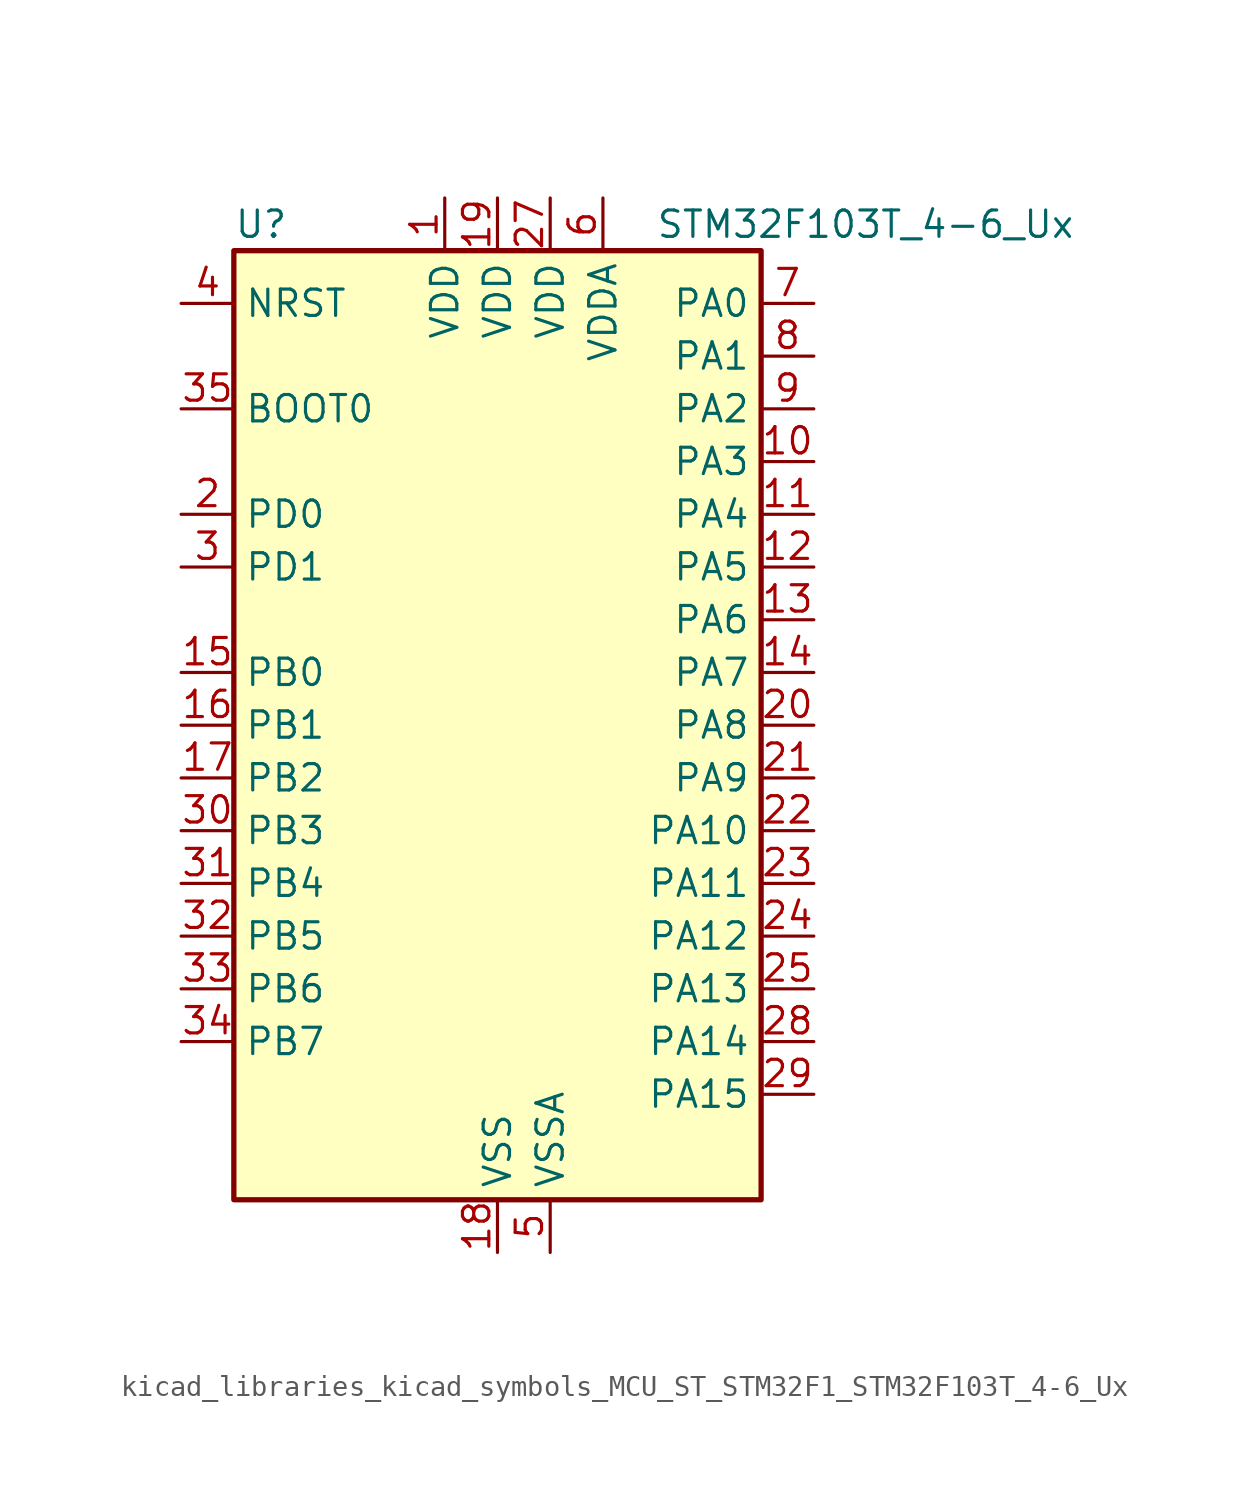
<source format=kicad_sym>
(kicad_symbol_lib
  (version 20220914)
  (generator kicad_symbol_editor)
  (symbol "kicad_libraries_kicad_symbols_MCU_ST_STM32F1_STM32F103T_4-6_Ux"
    (property "Reference" "U"
      (at -12.7 24.13 0)
      (effects (font (size 1.27 1.27)) (justify left)))
    (property "Value" "STM32F103T_4-6_Ux"
      (at 7.62 24.13 0)
      (effects (font (size 1.27 1.27)) (justify left)))
    (property "ki_locked" ""
      (at 0 0 0)
      (effects (font (size 1.27 1.27))))
    (symbol "kicad_libraries_kicad_symbols_MCU_ST_STM32F1_STM32F103T_4-6_Ux_0_1"
      (rectangle (start -12.7 -22.86) (end 12.7 22.86) (stroke (width 0.254) (type default)) (fill (type background))))
    (symbol "kicad_libraries_kicad_symbols_MCU_ST_STM32F1_STM32F103T_4-6_Ux_1_1"
      (pin power_in line (at -2.54 25.4 270) (length 2.54) (name "VDD" (effects (font (size 1.27 1.27)))) (number "1" (effects (font (size 1.27 1.27)))))
      (pin bidirectional line (at 15.24 12.7 180) (length 2.54) (name "PA3" (effects (font (size 1.27 1.27)))) (number "10" (effects (font (size 1.27 1.27)))) (alternate "ADC1_IN3" bidirectional line) (alternate "ADC2_IN3" bidirectional line) (alternate "TIM2_CH4" bidirectional line) (alternate "USART2_RX" bidirectional line))
      (pin bidirectional line (at 15.24 10.16 180) (length 2.54) (name "PA4" (effects (font (size 1.27 1.27)))) (number "11" (effects (font (size 1.27 1.27)))) (alternate "ADC1_IN4" bidirectional line) (alternate "ADC2_IN4" bidirectional line) (alternate "SPI1_NSS" bidirectional line) (alternate "USART2_CK" bidirectional line))
      (pin bidirectional line (at 15.24 7.62 180) (length 2.54) (name "PA5" (effects (font (size 1.27 1.27)))) (number "12" (effects (font (size 1.27 1.27)))) (alternate "ADC1_IN5" bidirectional line) (alternate "ADC2_IN5" bidirectional line) (alternate "SPI1_SCK" bidirectional line))
      (pin bidirectional line (at 15.24 5.08 180) (length 2.54) (name "PA6" (effects (font (size 1.27 1.27)))) (number "13" (effects (font (size 1.27 1.27)))) (alternate "ADC1_IN6" bidirectional line) (alternate "ADC2_IN6" bidirectional line) (alternate "SPI1_MISO" bidirectional line) (alternate "TIM1_BKIN" bidirectional line) (alternate "TIM3_CH1" bidirectional line))
      (pin bidirectional line (at 15.24 2.54 180) (length 2.54) (name "PA7" (effects (font (size 1.27 1.27)))) (number "14" (effects (font (size 1.27 1.27)))) (alternate "ADC1_IN7" bidirectional line) (alternate "ADC2_IN7" bidirectional line) (alternate "SPI1_MOSI" bidirectional line) (alternate "TIM1_CH1N" bidirectional line) (alternate "TIM3_CH2" bidirectional line))
      (pin bidirectional line (at -15.24 2.54 0) (length 2.54) (name "PB0" (effects (font (size 1.27 1.27)))) (number "15" (effects (font (size 1.27 1.27)))) (alternate "ADC1_IN8" bidirectional line) (alternate "ADC2_IN8" bidirectional line) (alternate "TIM1_CH2N" bidirectional line) (alternate "TIM3_CH3" bidirectional line))
      (pin bidirectional line (at -15.24 0 0) (length 2.54) (name "PB1" (effects (font (size 1.27 1.27)))) (number "16" (effects (font (size 1.27 1.27)))) (alternate "ADC1_IN9" bidirectional line) (alternate "ADC2_IN9" bidirectional line) (alternate "TIM1_CH3N" bidirectional line) (alternate "TIM3_CH4" bidirectional line))
      (pin bidirectional line (at -15.24 -2.54 0) (length 2.54) (name "PB2" (effects (font (size 1.27 1.27)))) (number "17" (effects (font (size 1.27 1.27)))))
      (pin power_in line (at 0 -25.4 90) (length 2.54) (name "VSS" (effects (font (size 1.27 1.27)))) (number "18" (effects (font (size 1.27 1.27)))))
      (pin power_in line (at 0 25.4 270) (length 2.54) (name "VDD" (effects (font (size 1.27 1.27)))) (number "19" (effects (font (size 1.27 1.27)))))
      (pin bidirectional line (at -15.24 10.16 0) (length 2.54) (name "PD0" (effects (font (size 1.27 1.27)))) (number "2" (effects (font (size 1.27 1.27)))) (alternate "RCC_OSC_IN" bidirectional line))
      (pin bidirectional line (at 15.24 0 180) (length 2.54) (name "PA8" (effects (font (size 1.27 1.27)))) (number "20" (effects (font (size 1.27 1.27)))) (alternate "RCC_MCO" bidirectional line) (alternate "TIM1_CH1" bidirectional line) (alternate "USART1_CK" bidirectional line))
      (pin bidirectional line (at 15.24 -2.54 180) (length 2.54) (name "PA9" (effects (font (size 1.27 1.27)))) (number "21" (effects (font (size 1.27 1.27)))) (alternate "TIM1_CH2" bidirectional line) (alternate "USART1_TX" bidirectional line))
      (pin bidirectional line (at 15.24 -5.08 180) (length 2.54) (name "PA10" (effects (font (size 1.27 1.27)))) (number "22" (effects (font (size 1.27 1.27)))) (alternate "TIM1_CH3" bidirectional line) (alternate "USART1_RX" bidirectional line))
      (pin bidirectional line (at 15.24 -7.62 180) (length 2.54) (name "PA11" (effects (font (size 1.27 1.27)))) (number "23" (effects (font (size 1.27 1.27)))) (alternate "ADC1_EXTI11" bidirectional line) (alternate "ADC2_EXTI11" bidirectional line) (alternate "CAN_RX" bidirectional line) (alternate "TIM1_CH4" bidirectional line) (alternate "USART1_CTS" bidirectional line) (alternate "USB_DM" bidirectional line))
      (pin bidirectional line (at 15.24 -10.16 180) (length 2.54) (name "PA12" (effects (font (size 1.27 1.27)))) (number "24" (effects (font (size 1.27 1.27)))) (alternate "CAN_TX" bidirectional line) (alternate "TIM1_ETR" bidirectional line) (alternate "USART1_RTS" bidirectional line) (alternate "USB_DP" bidirectional line))
      (pin bidirectional line (at 15.24 -12.7 180) (length 2.54) (name "PA13" (effects (font (size 1.27 1.27)))) (number "25" (effects (font (size 1.27 1.27)))) (alternate "SYS_JTMS-SWDIO" bidirectional line))
      (pin passive line (at 0 -25.4 90) (length 2.54) hide (name "VSS" (effects (font (size 1.27 1.27)))) (number "26" (effects (font (size 1.27 1.27)))))
      (pin power_in line (at 2.54 25.4 270) (length 2.54) (name "VDD" (effects (font (size 1.27 1.27)))) (number "27" (effects (font (size 1.27 1.27)))))
      (pin bidirectional line (at 15.24 -15.24 180) (length 2.54) (name "PA14" (effects (font (size 1.27 1.27)))) (number "28" (effects (font (size 1.27 1.27)))) (alternate "SYS_JTCK-SWCLK" bidirectional line))
      (pin bidirectional line (at 15.24 -17.78 180) (length 2.54) (name "PA15" (effects (font (size 1.27 1.27)))) (number "29" (effects (font (size 1.27 1.27)))) (alternate "ADC1_EXTI15" bidirectional line) (alternate "ADC2_EXTI15" bidirectional line) (alternate "SPI1_NSS" bidirectional line) (alternate "SYS_JTDI" bidirectional line) (alternate "TIM2_CH1" bidirectional line) (alternate "TIM2_ETR" bidirectional line))
      (pin bidirectional line (at -15.24 7.62 0) (length 2.54) (name "PD1" (effects (font (size 1.27 1.27)))) (number "3" (effects (font (size 1.27 1.27)))) (alternate "RCC_OSC_OUT" bidirectional line))
      (pin bidirectional line (at -15.24 -5.08 0) (length 2.54) (name "PB3" (effects (font (size 1.27 1.27)))) (number "30" (effects (font (size 1.27 1.27)))) (alternate "SPI1_SCK" bidirectional line) (alternate "SYS_JTDO-TRACESWO" bidirectional line) (alternate "TIM2_CH2" bidirectional line))
      (pin bidirectional line (at -15.24 -7.62 0) (length 2.54) (name "PB4" (effects (font (size 1.27 1.27)))) (number "31" (effects (font (size 1.27 1.27)))) (alternate "SPI1_MISO" bidirectional line) (alternate "SYS_NJTRST" bidirectional line) (alternate "TIM3_CH1" bidirectional line))
      (pin bidirectional line (at -15.24 -10.16 0) (length 2.54) (name "PB5" (effects (font (size 1.27 1.27)))) (number "32" (effects (font (size 1.27 1.27)))) (alternate "I2C1_SMBA" bidirectional line) (alternate "SPI1_MOSI" bidirectional line) (alternate "TIM3_CH2" bidirectional line))
      (pin bidirectional line (at -15.24 -12.7 0) (length 2.54) (name "PB6" (effects (font (size 1.27 1.27)))) (number "33" (effects (font (size 1.27 1.27)))) (alternate "I2C1_SCL" bidirectional line) (alternate "USART1_TX" bidirectional line))
      (pin bidirectional line (at -15.24 -15.24 0) (length 2.54) (name "PB7" (effects (font (size 1.27 1.27)))) (number "34" (effects (font (size 1.27 1.27)))) (alternate "I2C1_SDA" bidirectional line) (alternate "USART1_RX" bidirectional line))
      (pin input line (at -15.24 15.24 0) (length 2.54) (name "BOOT0" (effects (font (size 1.27 1.27)))) (number "35" (effects (font (size 1.27 1.27)))))
      (pin passive line (at 0 -25.4 90) (length 2.54) hide (name "VSS" (effects (font (size 1.27 1.27)))) (number "36" (effects (font (size 1.27 1.27)))))
      (pin passive line (at 0 -25.4 90) (length 2.54) hide (name "VSS" (effects (font (size 1.27 1.27)))) (number "37" (effects (font (size 1.27 1.27)))))
      (pin input line (at -15.24 20.32 0) (length 2.54) (name "NRST" (effects (font (size 1.27 1.27)))) (number "4" (effects (font (size 1.27 1.27)))))
      (pin power_in line (at 2.54 -25.4 90) (length 2.54) (name "VSSA" (effects (font (size 1.27 1.27)))) (number "5" (effects (font (size 1.27 1.27)))))
      (pin power_in line (at 5.08 25.4 270) (length 2.54) (name "VDDA" (effects (font (size 1.27 1.27)))) (number "6" (effects (font (size 1.27 1.27)))))
      (pin bidirectional line (at 15.24 20.32 180) (length 2.54) (name "PA0" (effects (font (size 1.27 1.27)))) (number "7" (effects (font (size 1.27 1.27)))) (alternate "ADC1_IN0" bidirectional line) (alternate "ADC2_IN0" bidirectional line) (alternate "SYS_WKUP" bidirectional line) (alternate "TIM2_CH1" bidirectional line) (alternate "TIM2_ETR" bidirectional line) (alternate "USART2_CTS" bidirectional line))
      (pin bidirectional line (at 15.24 17.78 180) (length 2.54) (name "PA1" (effects (font (size 1.27 1.27)))) (number "8" (effects (font (size 1.27 1.27)))) (alternate "ADC1_IN1" bidirectional line) (alternate "ADC2_IN1" bidirectional line) (alternate "TIM2_CH2" bidirectional line) (alternate "USART2_RTS" bidirectional line))
      (pin bidirectional line (at 15.24 15.24 180) (length 2.54) (name "PA2" (effects (font (size 1.27 1.27)))) (number "9" (effects (font (size 1.27 1.27)))) (alternate "ADC1_IN2" bidirectional line) (alternate "ADC2_IN2" bidirectional line) (alternate "TIM2_CH3" bidirectional line) (alternate "USART2_TX" bidirectional line)))))
</source>
